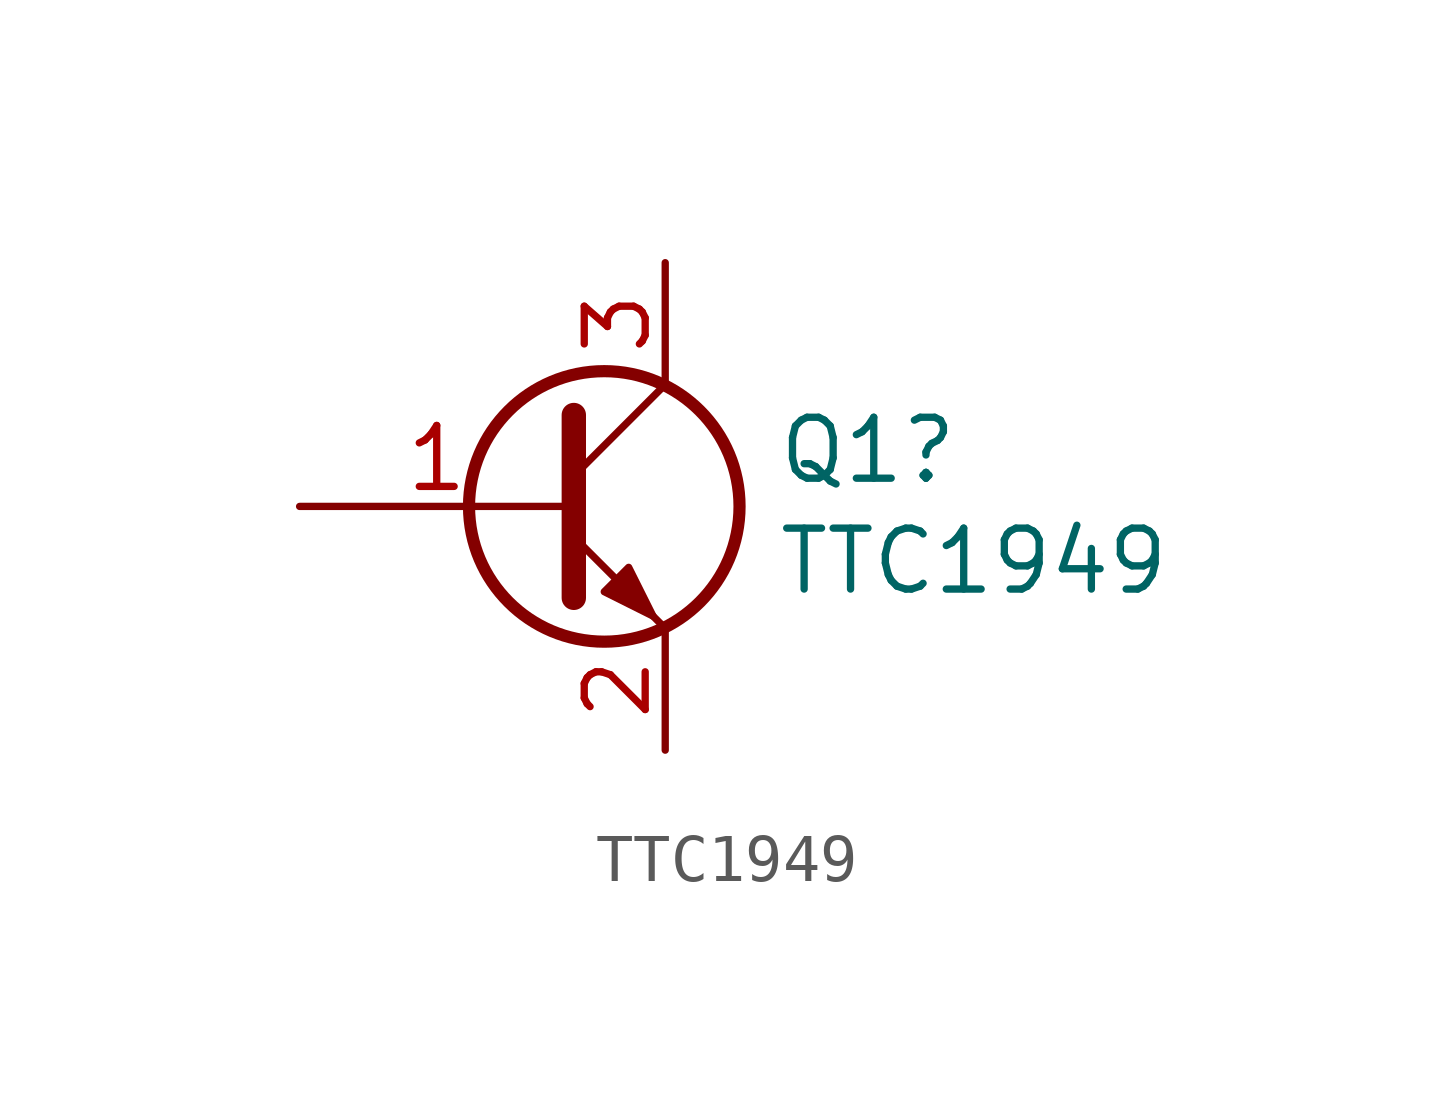
<source format=kicad_sym>
(kicad_symbol_lib
  (version 20241209)
  (generator "kicad_symbol_editor")
  (generator_version "9.0")
  (symbol "TTC1949"
    (pin_names
      (offset 0)
      (hide yes))
    (property "Reference" "Q1"
      (at 4.851 1.168 0)
      (effects (font (size 1.27 1.27)) (justify left)))
    (property "Value" "TTC1949"
      (at 4.851 -1.143 0)
      (effects (font (size 1.27 1.27)) (justify left)))
    (symbol "TTC1949_0_1"
      (polyline (pts (xy 0.635 1.905) (xy 0.635 -1.905) (xy 0.635 -1.905)) (stroke (width 0.508) (type default)) (fill (type none)))
      (polyline (pts (xy 0.635 0.635) (xy 2.54 2.54)) (stroke (width 0) (type default)) (fill (type none)))
      (polyline (pts (xy 0.635 -0.635) (xy 2.54 -2.54) (xy 2.54 -2.54)) (stroke (width 0) (type default)) (fill (type none)))
      (circle (center 1.27 0) (radius 2.819) (stroke (width 0.254) (type default)) (fill (type none)))
      (polyline (pts (xy 1.27 -1.778) (xy 1.778 -1.27) (xy 2.286 -2.286) (xy 1.27 -1.778) (xy 1.27 -1.778)) (stroke (width 0) (type default)) (fill (type outline))))
    (symbol "TTC1949_1_1"
      (pin input line (at -5.08 0 0) (length 5.715) (name "B" (effects (font (size 1.27 1.27)))) (number "1" (effects (font (size 1.27 1.27)))))
      (pin passive line (at 2.54 5.08 270) (length 2.54) (name "C" (effects (font (size 1.27 1.27)))) (number "3" (effects (font (size 1.27 1.27)))))
      (pin passive line (at 2.54 -5.08 90) (length 2.54) (name "E" (effects (font (size 1.27 1.27)))) (number "2" (effects (font (size 1.27 1.27))))))))
</source>
